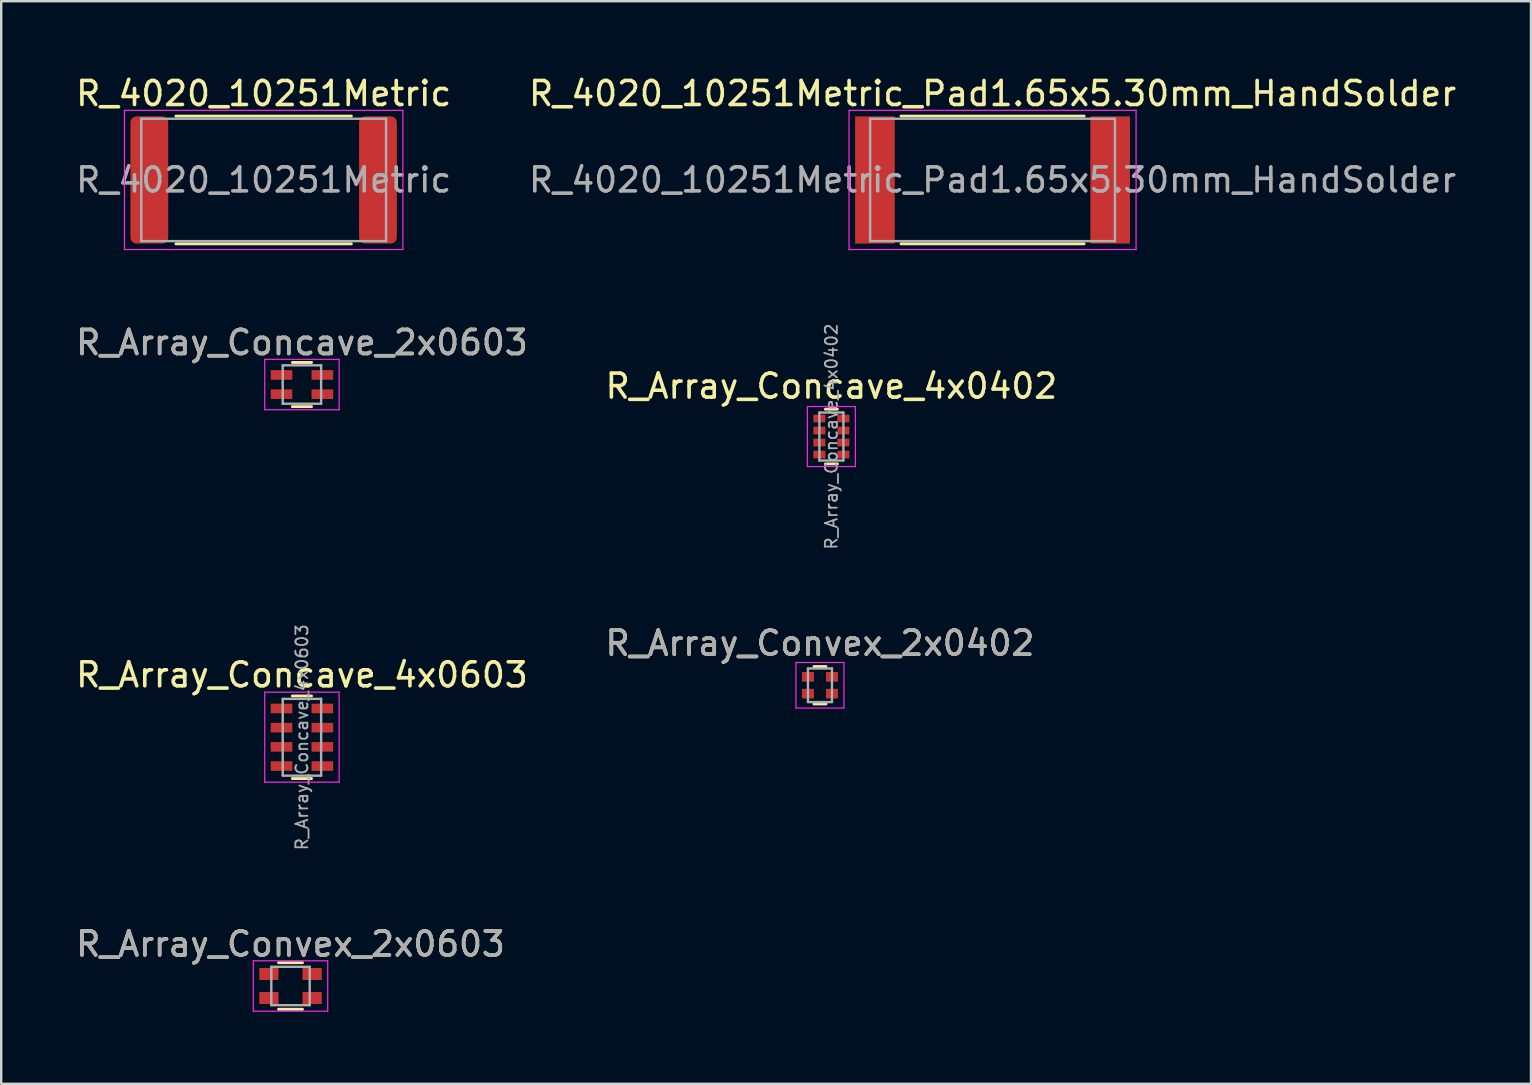
<source format=kicad_pcb>
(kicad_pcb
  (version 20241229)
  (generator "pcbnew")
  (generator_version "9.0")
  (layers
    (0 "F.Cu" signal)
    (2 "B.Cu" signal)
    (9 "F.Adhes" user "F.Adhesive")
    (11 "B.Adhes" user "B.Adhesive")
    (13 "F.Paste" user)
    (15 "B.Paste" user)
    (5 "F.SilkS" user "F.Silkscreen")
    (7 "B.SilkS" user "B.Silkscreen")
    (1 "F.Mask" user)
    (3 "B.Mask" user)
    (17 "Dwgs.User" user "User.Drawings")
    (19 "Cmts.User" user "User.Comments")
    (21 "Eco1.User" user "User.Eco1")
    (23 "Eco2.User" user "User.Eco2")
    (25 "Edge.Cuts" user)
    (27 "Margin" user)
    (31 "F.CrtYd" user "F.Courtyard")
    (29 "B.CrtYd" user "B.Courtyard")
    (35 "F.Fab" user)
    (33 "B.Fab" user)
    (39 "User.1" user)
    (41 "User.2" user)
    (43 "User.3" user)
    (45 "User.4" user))
  (footprint "R_Array_Concave_4x0402"
    (layer "F.Cu")
    (at 31.589 15.138)
    (property "Reference" "R_Array_Concave_4x0402" (at 0 -2.1 0) (layer "F.SilkS") (effects (font (size 1 1) (thickness 0.15))))
    (attr smd)
    (fp_line (start 0.25 -1.14) (end -0.25 -1.14) (stroke (width 0.12) (type solid)) (layer "F.SilkS"))
    (fp_line (start 0.25 1.14) (end -0.25 1.14) (stroke (width 0.12) (type solid)) (layer "F.SilkS"))
    (fp_line (start -1 -1.25) (end -1 1.25) (stroke (width 0.05) (type solid)) (layer "F.CrtYd"))
    (fp_line (start -1 -1.25) (end 1 -1.25) (stroke (width 0.05) (type solid)) (layer "F.CrtYd"))
    (fp_line (start 1 1.25) (end -1 1.25) (stroke (width 0.05) (type solid)) (layer "F.CrtYd"))
    (fp_line (start 1 1.25) (end 1 -1.25) (stroke (width 0.05) (type solid)) (layer "F.CrtYd"))
    (fp_line (start -0.5 -1) (end 0.5 -1) (stroke (width 0.1) (type solid)) (layer "F.Fab"))
    (fp_line (start -0.5 1) (end -0.5 -1) (stroke (width 0.1) (type solid)) (layer "F.Fab"))
    (fp_line (start 0.5 -1) (end 0.5 1) (stroke (width 0.1) (type solid)) (layer "F.Fab"))
    (fp_line (start 0.5 1) (end -0.5 1) (stroke (width 0.1) (type solid)) (layer "F.Fab"))
    (fp_text user "${REFERENCE}" (at 0 0 90) (layer "F.Fab") (effects (font (size 0.5 0.5) (thickness 0.075))))
    (pad "1" smd rect (at -0.5 -0.75) (size 0.5 0.32) (layers "F.Cu" "F.Mask" "F.Paste"))
    (pad "2" smd rect (at -0.5 -0.25) (size 0.5 0.32) (layers "F.Cu" "F.Mask" "F.Paste"))
    (pad "3" smd rect (at -0.5 0.25) (size 0.5 0.32) (layers "F.Cu" "F.Mask" "F.Paste"))
    (pad "4" smd rect (at -0.5 0.75) (size 0.5 0.32) (layers "F.Cu" "F.Mask" "F.Paste"))
    (pad "5" smd rect (at 0.5 0.75) (size 0.5 0.32) (layers "F.Cu" "F.Mask" "F.Paste"))
    (pad "6" smd rect (at 0.5 0.25) (size 0.5 0.32) (layers "F.Cu" "F.Mask" "F.Paste"))
    (pad "7" smd rect (at 0.5 -0.25) (size 0.5 0.32) (layers "F.Cu" "F.Mask" "F.Paste"))
    (pad "8" smd rect (at 0.5 -0.75) (size 0.5 0.32) (layers "F.Cu" "F.Mask" "F.Paste")))
  (footprint "R_Array_Concave_4x0603"
    (layer "F.Cu")
    (at 9.53 27.668)
    (property "Reference" "R_Array_Concave_4x0603" (at 0 -2.6 0) (layer "F.SilkS") (effects (font (size 1 1) (thickness 0.15))))
    (attr smd)
    (fp_line (start 0.4 -1.72) (end -0.4 -1.72) (stroke (width 0.12) (type solid)) (layer "F.SilkS"))
    (fp_line (start 0.4 1.72) (end -0.4 1.72) (stroke (width 0.12) (type solid)) (layer "F.SilkS"))
    (fp_line (start -1.55 -1.88) (end -1.55 1.87) (stroke (width 0.05) (type solid)) (layer "F.CrtYd"))
    (fp_line (start -1.55 -1.88) (end 1.55 -1.88) (stroke (width 0.05) (type solid)) (layer "F.CrtYd"))
    (fp_line (start 1.55 1.87) (end -1.55 1.87) (stroke (width 0.05) (type solid)) (layer "F.CrtYd"))
    (fp_line (start 1.55 1.87) (end 1.55 -1.88) (stroke (width 0.05) (type solid)) (layer "F.CrtYd"))
    (fp_line (start -0.8 -1.6) (end 0.8 -1.6) (stroke (width 0.1) (type solid)) (layer "F.Fab"))
    (fp_line (start -0.8 1.6) (end -0.8 -1.6) (stroke (width 0.1) (type solid)) (layer "F.Fab"))
    (fp_line (start 0.8 -1.6) (end 0.8 1.6) (stroke (width 0.1) (type solid)) (layer "F.Fab"))
    (fp_line (start 0.8 1.6) (end -0.8 1.6) (stroke (width 0.1) (type solid)) (layer "F.Fab"))
    (fp_text user "${REFERENCE}" (at 0 0 90) (layer "F.Fab") (effects (font (size 0.5 0.5) (thickness 0.075))))
    (pad "1" smd rect (at -0.85 -1.2) (size 0.9 0.4) (layers "F.Cu" "F.Mask" "F.Paste"))
    (pad "2" smd rect (at -0.85 -0.4) (size 0.9 0.4) (layers "F.Cu" "F.Mask" "F.Paste"))
    (pad "3" smd rect (at -0.85 0.4) (size 0.9 0.4) (layers "F.Cu" "F.Mask" "F.Paste"))
    (pad "4" smd rect (at -0.85 1.2) (size 0.9 0.4) (layers "F.Cu" "F.Mask" "F.Paste"))
    (pad "5" smd rect (at 0.85 1.2) (size 0.9 0.4) (layers "F.Cu" "F.Mask" "F.Paste"))
    (pad "6" smd rect (at 0.85 0.4) (size 0.9 0.4) (layers "F.Cu" "F.Mask" "F.Paste"))
    (pad "7" smd rect (at 0.85 -0.4) (size 0.9 0.4) (layers "F.Cu" "F.Mask" "F.Paste"))
    (pad "8" smd rect (at 0.85 -1.2) (size 0.9 0.4) (layers "F.Cu" "F.Mask" "F.Paste")))
  (footprint "R_4020_10251Metric_Pad1.65x5.30mm_HandSolder"
    (layer "F.Cu")
    (at 38.304 4.448)
    (property "Reference" "R_4020_10251Metric_Pad1.65x5.30mm_HandSolder" (at 0 -3.6 0) (layer "F.SilkS") (effects (font (size 1 1) (thickness 0.15))))
    (attr smd)
    (fp_line (start -3.815 -2.66) (end 3.815 -2.66) (stroke (width 0.12) (type solid)) (layer "F.SilkS"))
    (fp_line (start -3.815 2.66) (end 3.815 2.66) (stroke (width 0.12) (type solid)) (layer "F.SilkS"))
    (fp_line (start -5.98 -2.9) (end 5.98 -2.9) (stroke (width 0.05) (type solid)) (layer "F.CrtYd"))
    (fp_line (start -5.98 2.9) (end -5.98 -2.9) (stroke (width 0.05) (type solid)) (layer "F.CrtYd"))
    (fp_line (start 5.98 -2.9) (end 5.98 2.9) (stroke (width 0.05) (type solid)) (layer "F.CrtYd"))
    (fp_line (start 5.98 2.9) (end -5.98 2.9) (stroke (width 0.05) (type solid)) (layer "F.CrtYd"))
    (fp_line (start -5.1 -2.55) (end 5.1 -2.55) (stroke (width 0.1) (type solid)) (layer "F.Fab"))
    (fp_line (start -5.1 2.55) (end -5.1 -2.55) (stroke (width 0.1) (type solid)) (layer "F.Fab"))
    (fp_line (start 5.1 -2.55) (end 5.1 2.55) (stroke (width 0.1) (type solid)) (layer "F.Fab"))
    (fp_line (start 5.1 2.55) (end -5.1 2.55) (stroke (width 0.1) (type solid)) (layer "F.Fab"))
    (fp_text user "${REFERENCE}" (at 0 0 0) (layer "F.Fab") (effects (font (size 1 1) (thickness 0.15))))
    (pad "1" smd rect (at -4.9 0) (size 1.65 5.3) (layers "F.Cu" "F.Mask" "F.Paste"))
    (pad "2" smd rect (at 4.9 0) (size 1.65 5.3) (layers "F.Cu" "F.Mask" "F.Paste")))
  (footprint "R_Array_Convex_2x0402"
    (layer "F.Cu")
    (at 31.113 25.501)
    (property "Reference" "R_Array_Convex_2x0402" (at 0 -1.75 0) (layer "F.SilkS") (effects (font (size 1 1) (thickness 0.15))))
    (attr smd)
    (fp_line (start 0.25 -0.78) (end -0.25 -0.78) (stroke (width 0.12) (type solid)) (layer "F.SilkS"))
    (fp_line (start 0.25 0.78) (end -0.25 0.78) (stroke (width 0.12) (type solid)) (layer "F.SilkS"))
    (fp_line (start -1 -0.95) (end -1 0.95) (stroke (width 0.05) (type solid)) (layer "F.CrtYd"))
    (fp_line (start -1 -0.95) (end 1 -0.95) (stroke (width 0.05) (type solid)) (layer "F.CrtYd"))
    (fp_line (start 1 0.95) (end -1 0.95) (stroke (width 0.05) (type solid)) (layer "F.CrtYd"))
    (fp_line (start 1 0.95) (end 1 -0.95) (stroke (width 0.05) (type solid)) (layer "F.CrtYd"))
    (fp_line (start -0.5 -0.7) (end -0.5 0.7) (stroke (width 0.1) (type solid)) (layer "F.Fab"))
    (fp_line (start -0.5 0.7) (end 0.5 0.7) (stroke (width 0.1) (type solid)) (layer "F.Fab"))
    (fp_line (start 0.5 -0.7) (end -0.5 -0.7) (stroke (width 0.1) (type solid)) (layer "F.Fab"))
    (fp_line (start 0.5 0.7) (end 0.5 -0.7) (stroke (width 0.1) (type solid)) (layer "F.Fab"))
    (fp_text user "${REFERENCE}" (at 0 -1.75 0) (layer "F.Fab") (effects (font (size 1 1) (thickness 0.15))))
    (pad "1" smd rect (at -0.5 -0.35) (size 0.5 0.4) (layers "F.Cu" "F.Mask" "F.Paste"))
    (pad "2" smd rect (at -0.5 0.35) (size 0.5 0.4) (layers "F.Cu" "F.Mask" "F.Paste"))
    (pad "3" smd rect (at 0.5 0.35) (size 0.5 0.4) (layers "F.Cu" "F.Mask" "F.Paste"))
    (pad "4" smd rect (at 0.5 -0.35) (size 0.5 0.4) (layers "F.Cu" "F.Mask" "F.Paste")))
  (footprint "R_Array_Concave_2x0603"
    (layer "F.Cu")
    (at 9.53 12.972)
    (property "Reference" "R_Array_Concave_2x0603" (at 0 -1.75 0) (layer "F.SilkS") (effects (font (size 1 1) (thickness 0.15))))
    (attr smd)
    (fp_line (start 0.4 -0.92) (end -0.4 -0.92) (stroke (width 0.12) (type solid)) (layer "F.SilkS"))
    (fp_line (start 0.4 0.92) (end -0.4 0.92) (stroke (width 0.12) (type solid)) (layer "F.SilkS"))
    (fp_line (start -1.55 -1.05) (end -1.55 1.05) (stroke (width 0.05) (type solid)) (layer "F.CrtYd"))
    (fp_line (start -1.55 -1.05) (end 1.55 -1.05) (stroke (width 0.05) (type solid)) (layer "F.CrtYd"))
    (fp_line (start 1.55 1.05) (end -1.55 1.05) (stroke (width 0.05) (type solid)) (layer "F.CrtYd"))
    (fp_line (start 1.55 1.05) (end 1.55 -1.05) (stroke (width 0.05) (type solid)) (layer "F.CrtYd"))
    (fp_line (start -0.8 -0.8) (end 0.8 -0.8) (stroke (width 0.1) (type solid)) (layer "F.Fab"))
    (fp_line (start -0.8 0.8) (end -0.8 -0.8) (stroke (width 0.1) (type solid)) (layer "F.Fab"))
    (fp_line (start 0.8 -0.8) (end 0.8 0.8) (stroke (width 0.1) (type solid)) (layer "F.Fab"))
    (fp_line (start 0.8 0.8) (end -0.8 0.8) (stroke (width 0.1) (type solid)) (layer "F.Fab"))
    (fp_text user "${REFERENCE}" (at 0 -1.75 0) (layer "F.Fab") (effects (font (size 1 1) (thickness 0.15))))
    (pad "1" smd rect (at -0.85 -0.4) (size 0.9 0.4) (layers "F.Cu" "F.Mask" "F.Paste"))
    (pad "2" smd rect (at -0.85 0.4) (size 0.9 0.4) (layers "F.Cu" "F.Mask" "F.Paste"))
    (pad "3" smd rect (at 0.85 0.4) (size 0.9 0.4) (layers "F.Cu" "F.Mask" "F.Paste"))
    (pad "4" smd rect (at 0.85 -0.4) (size 0.9 0.4) (layers "F.Cu" "F.Mask" "F.Paste")))
  (footprint "R_Array_Convex_2x0603"
    (layer "F.Cu")
    (at 9.054 38.031)
    (property "Reference" "R_Array_Convex_2x0603" (at 0 -1.75 0) (layer "F.SilkS") (effects (font (size 1 1) (thickness 0.15))))
    (attr smd)
    (fp_line (start 0.5 -0.97) (end -0.5 -0.97) (stroke (width 0.12) (type solid)) (layer "F.SilkS"))
    (fp_line (start 0.5 0.97) (end -0.5 0.97) (stroke (width 0.12) (type solid)) (layer "F.SilkS"))
    (fp_line (start -1.55 -1.05) (end -1.55 1.05) (stroke (width 0.05) (type solid)) (layer "F.CrtYd"))
    (fp_line (start -1.55 -1.05) (end 1.55 -1.05) (stroke (width 0.05) (type solid)) (layer "F.CrtYd"))
    (fp_line (start 1.55 1.05) (end -1.55 1.05) (stroke (width 0.05) (type solid)) (layer "F.CrtYd"))
    (fp_line (start 1.55 1.05) (end 1.55 -1.05) (stroke (width 0.05) (type solid)) (layer "F.CrtYd"))
    (fp_line (start -0.8 -0.8) (end 0.8 -0.8) (stroke (width 0.1) (type solid)) (layer "F.Fab"))
    (fp_line (start -0.8 0.8) (end -0.8 -0.8) (stroke (width 0.1) (type solid)) (layer "F.Fab"))
    (fp_line (start 0.8 -0.8) (end 0.8 0.8) (stroke (width 0.1) (type solid)) (layer "F.Fab"))
    (fp_line (start 0.8 0.8) (end -0.8 0.8) (stroke (width 0.1) (type solid)) (layer "F.Fab"))
    (fp_text user "${REFERENCE}" (at 0 -1.75 0) (layer "F.Fab") (effects (font (size 1 1) (thickness 0.15))))
    (pad "1" smd rect (at -0.9 -0.5) (size 0.8 0.5) (layers "F.Cu" "F.Mask" "F.Paste"))
    (pad "2" smd rect (at -0.9 0.5) (size 0.8 0.5) (layers "F.Cu" "F.Mask" "F.Paste"))
    (pad "3" smd rect (at 0.9 0.5) (size 0.8 0.5) (layers "F.Cu" "F.Mask" "F.Paste"))
    (pad "4" smd rect (at 0.9 -0.5) (size 0.8 0.5) (layers "F.Cu" "F.Mask" "F.Paste")))
  (footprint "R_4020_10251Metric"
    (layer "F.Cu")
    (at 7.935 4.448)
    (property "Reference" "R_4020_10251Metric" (at 0 -3.6 0) (layer "F.SilkS") (effects (font (size 1 1) (thickness 0.15))))
    (attr smd)
    (fp_line (start -3.655 -2.66) (end 3.655 -2.66) (stroke (width 0.12) (type solid)) (layer "F.SilkS"))
    (fp_line (start -3.655 2.66) (end 3.655 2.66) (stroke (width 0.12) (type solid)) (layer "F.SilkS"))
    (fp_line (start -5.8 -2.9) (end 5.8 -2.9) (stroke (width 0.05) (type solid)) (layer "F.CrtYd"))
    (fp_line (start -5.8 2.9) (end -5.8 -2.9) (stroke (width 0.05) (type solid)) (layer "F.CrtYd"))
    (fp_line (start 5.8 -2.9) (end 5.8 2.9) (stroke (width 0.05) (type solid)) (layer "F.CrtYd"))
    (fp_line (start 5.8 2.9) (end -5.8 2.9) (stroke (width 0.05) (type solid)) (layer "F.CrtYd"))
    (fp_line (start -5.1 -2.55) (end 5.1 -2.55) (stroke (width 0.1) (type solid)) (layer "F.Fab"))
    (fp_line (start -5.1 2.55) (end -5.1 -2.55) (stroke (width 0.1) (type solid)) (layer "F.Fab"))
    (fp_line (start 5.1 -2.55) (end 5.1 2.55) (stroke (width 0.1) (type solid)) (layer "F.Fab"))
    (fp_line (start 5.1 2.55) (end -5.1 2.55) (stroke (width 0.1) (type solid)) (layer "F.Fab"))
    (fp_text user "${REFERENCE}" (at 0 0 0) (layer "F.Fab") (effects (font (size 1 1) (thickness 0.15))))
    (pad "1" smd roundrect (at -4.763 0) (size 1.575 5.3) (layers "F.Cu" "F.Mask" "F.Paste") (roundrect_rratio 0.159))
    (pad "2" smd roundrect (at 4.763 0) (size 1.575 5.3) (layers "F.Cu" "F.Mask" "F.Paste") (roundrect_rratio 0.159)))
  (gr_rect
    (start -3 -3)
    (end 60.738 42.106)
    (stroke (width 0.1) (type default))
    (fill no)
    (layer "Edge.Cuts")))
</source>
